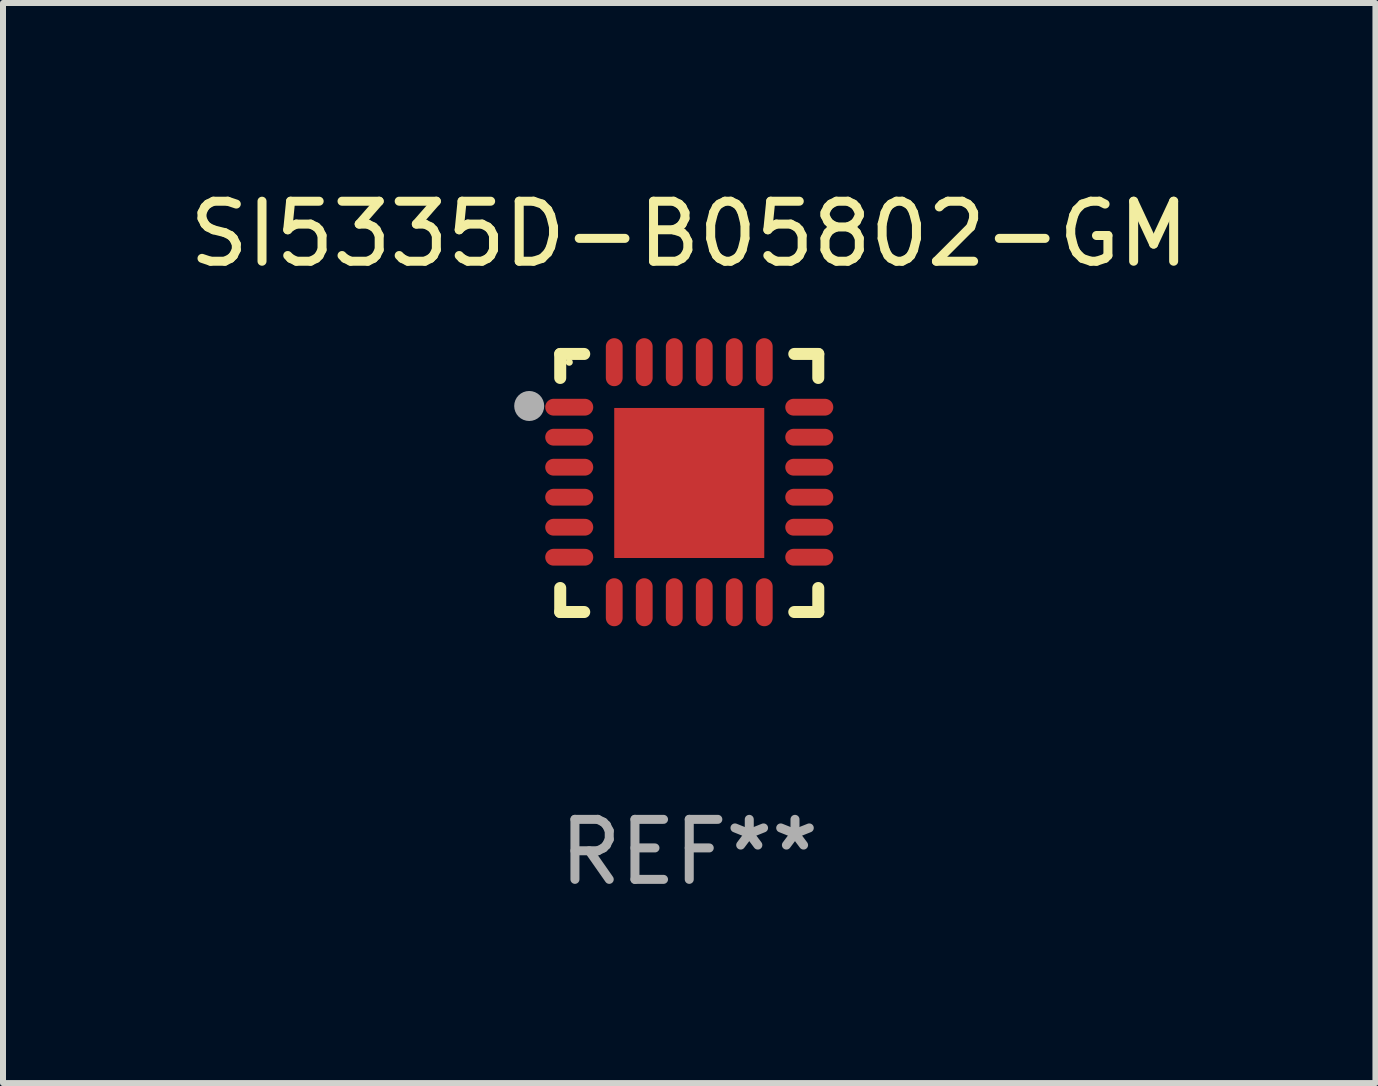
<source format=kicad_pcb>
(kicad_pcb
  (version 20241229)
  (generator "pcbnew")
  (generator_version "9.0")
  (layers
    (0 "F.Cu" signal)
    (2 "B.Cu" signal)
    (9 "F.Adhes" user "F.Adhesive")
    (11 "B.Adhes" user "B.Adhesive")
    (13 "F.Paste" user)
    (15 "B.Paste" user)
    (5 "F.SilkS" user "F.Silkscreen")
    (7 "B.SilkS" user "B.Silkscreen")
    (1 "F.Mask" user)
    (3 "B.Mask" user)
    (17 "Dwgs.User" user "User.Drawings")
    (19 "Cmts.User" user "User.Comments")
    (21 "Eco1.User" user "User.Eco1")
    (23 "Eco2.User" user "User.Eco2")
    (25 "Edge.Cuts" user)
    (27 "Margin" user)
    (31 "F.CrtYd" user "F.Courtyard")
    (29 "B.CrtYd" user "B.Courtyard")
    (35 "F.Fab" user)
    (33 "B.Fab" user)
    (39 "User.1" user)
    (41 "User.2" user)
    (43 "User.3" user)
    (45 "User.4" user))
  (footprint "SI5335D-B05802-GM"
    (layer "F.Cu")
    (at 8.435 4.998)
    (property "Reference" "SI5335D-B05802-GM" (at 0 -4.15 0) (layer "F.SilkS") (effects (font (size 1 1) (thickness 0.15))))
    (attr through_hole)
    (fp_line (start -2.15 -2.15) (end -1.75 -2.15) (stroke (width 0.2) (type solid)) (layer "F.SilkS"))
    (fp_line (start -2.15 -1.75) (end -2.15 -2.15) (stroke (width 0.2) (type solid)) (layer "F.SilkS"))
    (fp_line (start -2.15 2.15) (end -2.15 1.75) (stroke (width 0.2) (type solid)) (layer "F.SilkS"))
    (fp_line (start -1.75 2.15) (end -2.15 2.15) (stroke (width 0.2) (type solid)) (layer "F.SilkS"))
    (fp_line (start 1.75 -2.15) (end 2.15 -2.15) (stroke (width 0.2) (type solid)) (layer "F.SilkS"))
    (fp_line (start 1.75 2.15) (end 2.15 2.15) (stroke (width 0.2) (type solid)) (layer "F.SilkS"))
    (fp_line (start 2.15 -2.15) (end 2.15 -1.75) (stroke (width 0.2) (type solid)) (layer "F.SilkS"))
    (fp_line (start 2.15 2.15) (end 2.15 1.75) (stroke (width 0.2) (type solid)) (layer "F.SilkS"))
    (fp_circle (center -2 -2.013) (end -1.97 -2.013) (stroke (width 0.06) (type solid)) (fill no) (layer "F.SilkS"))
    (fp_circle (center -2.667 -1.283) (end -2.542 -1.283) (stroke (width 0.25) (type solid)) (fill no) (layer "F.Fab"))
    (fp_text user "REF**" (at 0 6.15 0) (layer "F.Fab") (effects (font (size 1 1) (thickness 0.15))))
    (pad "1" smd oval (at -2 -1.263) (size 0.8 0.28) (layers "F.Cu" "F.Mask" "F.Paste"))
    (pad "2" smd oval (at -2 -0.763) (size 0.8 0.28) (layers "F.Cu" "F.Mask" "F.Paste"))
    (pad "3" smd oval (at -2 -0.263) (size 0.8 0.28) (layers "F.Cu" "F.Mask" "F.Paste"))
    (pad "4" smd oval (at -2 0.237) (size 0.8 0.28) (layers "F.Cu" "F.Mask" "F.Paste"))
    (pad "5" smd oval (at -2 0.737) (size 0.8 0.28) (layers "F.Cu" "F.Mask" "F.Paste"))
    (pad "6" smd oval (at -2 1.237) (size 0.8 0.28) (layers "F.Cu" "F.Mask" "F.Paste"))
    (pad "7" smd oval (at -1.25 1.987) (size 0.28 0.8) (layers "F.Cu" "F.Mask" "F.Paste"))
    (pad "8" smd oval (at -0.75 1.987) (size 0.28 0.8) (layers "F.Cu" "F.Mask" "F.Paste"))
    (pad "9" smd oval (at -0.25 1.987) (size 0.28 0.8) (layers "F.Cu" "F.Mask" "F.Paste"))
    (pad "10" smd oval (at 0.25 1.987) (size 0.28 0.8) (layers "F.Cu" "F.Mask" "F.Paste"))
    (pad "11" smd oval (at 0.75 1.987) (size 0.28 0.8) (layers "F.Cu" "F.Mask" "F.Paste"))
    (pad "12" smd oval (at 1.25 1.987) (size 0.28 0.8) (layers "F.Cu" "F.Mask" "F.Paste"))
    (pad "13" smd oval (at 2 1.237) (size 0.8 0.28) (layers "F.Cu" "F.Mask" "F.Paste"))
    (pad "14" smd oval (at 2 0.737) (size 0.8 0.28) (layers "F.Cu" "F.Mask" "F.Paste"))
    (pad "15" smd oval (at 2 0.237) (size 0.8 0.28) (layers "F.Cu" "F.Mask" "F.Paste"))
    (pad "16" smd oval (at 2 -0.263) (size 0.8 0.28) (layers "F.Cu" "F.Mask" "F.Paste"))
    (pad "17" smd oval (at 2 -0.763) (size 0.8 0.28) (layers "F.Cu" "F.Mask" "F.Paste"))
    (pad "18" smd oval (at 2 -1.263) (size 0.8 0.28) (layers "F.Cu" "F.Mask" "F.Paste"))
    (pad "19" smd oval (at 1.25 -2.013) (size 0.28 0.8) (layers "F.Cu" "F.Mask" "F.Paste"))
    (pad "20" smd oval (at 0.75 -2.013) (size 0.28 0.8) (layers "F.Cu" "F.Mask" "F.Paste"))
    (pad "21" smd oval (at 0.25 -2.013) (size 0.28 0.8) (layers "F.Cu" "F.Mask" "F.Paste"))
    (pad "22" smd oval (at -0.25 -2.013) (size 0.28 0.8) (layers "F.Cu" "F.Mask" "F.Paste"))
    (pad "23" smd oval (at -0.75 -2.013) (size 0.28 0.8) (layers "F.Cu" "F.Mask" "F.Paste"))
    (pad "24" smd oval (at -1.25 -2.013) (size 0.28 0.8) (layers "F.Cu" "F.Mask" "F.Paste"))
    (pad "25" smd rect (at -0.000127 -0.00014) (size 2.5 2.5) (layers "F.Cu" "F.Mask" "F.Paste")))
  (gr_rect
    (start -3 -3)
    (end 19.869 14.997)
    (stroke (width 0.1) (type default))
    (fill no)
    (layer "Edge.Cuts")))
</source>
